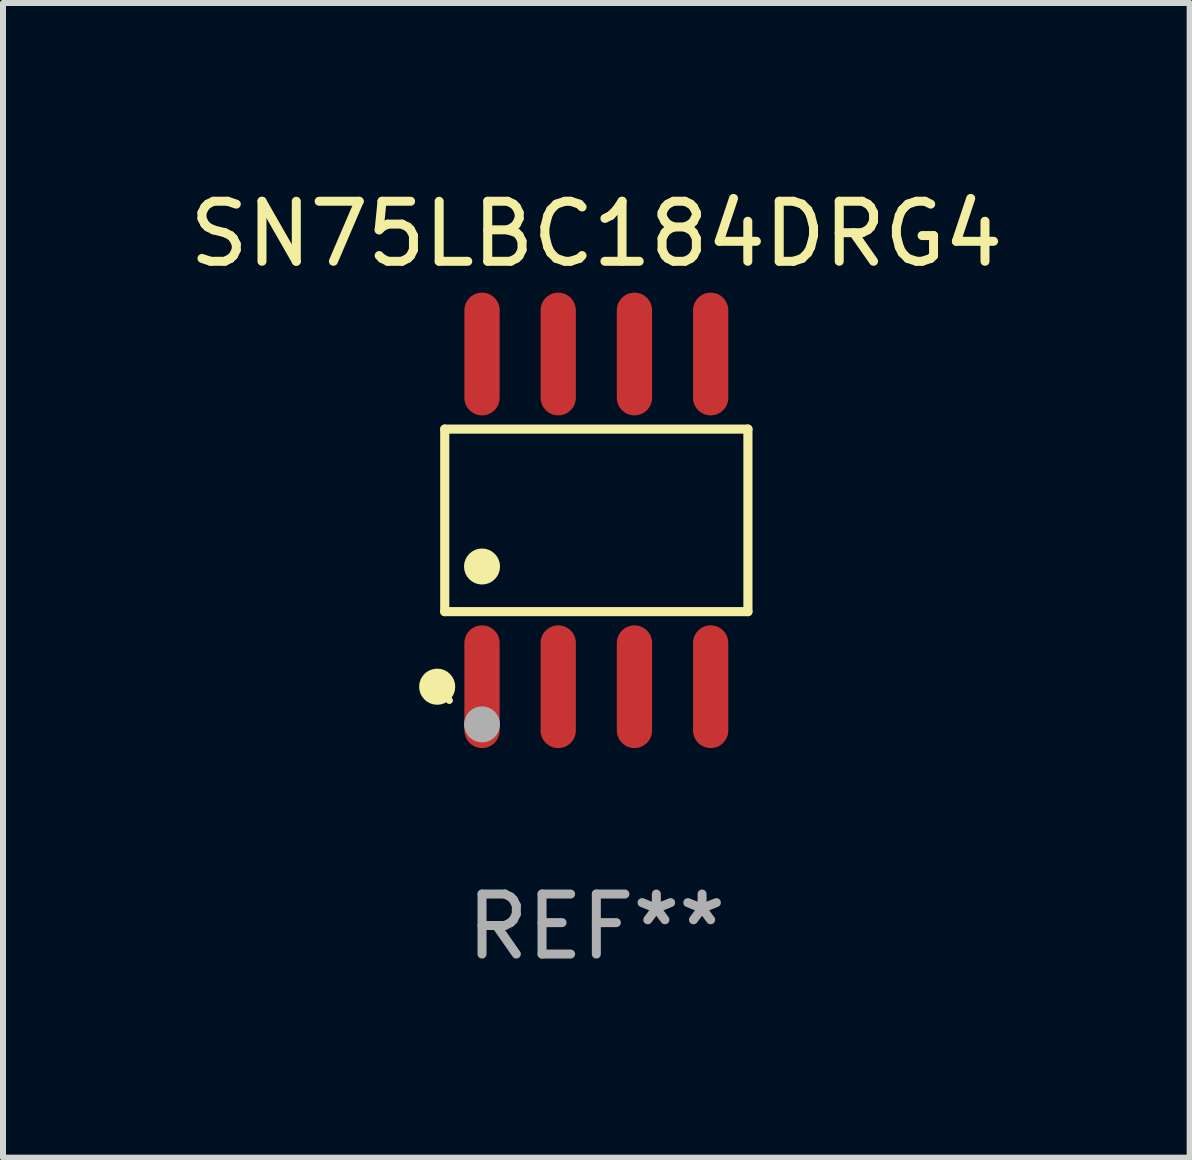
<source format=kicad_pcb>
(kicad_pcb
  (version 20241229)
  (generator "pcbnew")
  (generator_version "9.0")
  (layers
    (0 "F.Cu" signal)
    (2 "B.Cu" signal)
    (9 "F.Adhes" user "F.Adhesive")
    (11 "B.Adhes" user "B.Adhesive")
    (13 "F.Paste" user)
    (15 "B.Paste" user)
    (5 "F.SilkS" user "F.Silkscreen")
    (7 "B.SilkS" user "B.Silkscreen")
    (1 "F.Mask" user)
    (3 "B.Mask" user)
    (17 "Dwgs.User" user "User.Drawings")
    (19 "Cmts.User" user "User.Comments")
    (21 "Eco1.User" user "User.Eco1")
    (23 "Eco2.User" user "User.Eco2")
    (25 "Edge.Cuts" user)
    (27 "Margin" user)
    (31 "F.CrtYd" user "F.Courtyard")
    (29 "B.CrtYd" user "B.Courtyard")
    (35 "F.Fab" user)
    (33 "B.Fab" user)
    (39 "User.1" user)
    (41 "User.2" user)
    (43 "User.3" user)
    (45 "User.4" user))
  (footprint "SN75LBC184DRG4"
    (layer "F.Cu")
    (at 6.887 5.621)
    (property "Reference" "SN75LBC184DRG4" (at 0 -4.772 0) (layer "F.SilkS") (effects (font (size 1 1) (thickness 0.15))))
    (attr through_hole)
    (fp_line (start -2.526 -1.521) (end 2.526 -1.521) (stroke (width 0.152) (type solid)) (layer "F.SilkS"))
    (fp_line (start -2.526 1.521) (end -2.526 -1.521) (stroke (width 0.152) (type solid)) (layer "F.SilkS"))
    (fp_line (start 2.526 -1.521) (end 2.526 1.521) (stroke (width 0.152) (type solid)) (layer "F.SilkS"))
    (fp_line (start 2.526 1.521) (end -2.526 1.521) (stroke (width 0.152) (type solid)) (layer "F.SilkS"))
    (fp_circle (center -2.652 2.772) (end -2.501 2.772) (stroke (width 0.3) (type solid)) (fill no) (layer "F.SilkS"))
    (fp_circle (center -2.45 3) (end -2.42 3) (stroke (width 0.06) (type solid)) (fill no) (layer "F.SilkS"))
    (fp_circle (center -1.905 0.769) (end -1.755 0.769) (stroke (width 0.3) (type solid)) (fill no) (layer "F.SilkS"))
    (fp_circle (center -1.905 3.4) (end -1.755 3.4) (stroke (width 0.3) (type solid)) (fill no) (layer "F.Fab"))
    (fp_text user "REF**" (at 0 6.772 0) (layer "F.Fab") (effects (font (size 1 1) (thickness 0.15))))
    (pad "1" smd oval (at -1.905 2.772) (size 0.588 2.045) (layers "F.Cu" "F.Mask" "F.Paste"))
    (pad "2" smd oval (at -0.635 2.772) (size 0.588 2.045) (layers "F.Cu" "F.Mask" "F.Paste"))
    (pad "3" smd oval (at 0.635 2.772) (size 0.588 2.045) (layers "F.Cu" "F.Mask" "F.Paste"))
    (pad "4" smd oval (at 1.905 2.772) (size 0.588 2.045) (layers "F.Cu" "F.Mask" "F.Paste"))
    (pad "5" smd oval (at 1.905 -2.772) (size 0.588 2.045) (layers "F.Cu" "F.Mask" "F.Paste"))
    (pad "6" smd oval (at 0.635 -2.772) (size 0.588 2.045) (layers "F.Cu" "F.Mask" "F.Paste"))
    (pad "7" smd oval (at -0.635 -2.772) (size 0.588 2.045) (layers "F.Cu" "F.Mask" "F.Paste"))
    (pad "8" smd oval (at -1.905 -2.772) (size 0.588 2.045) (layers "F.Cu" "F.Mask" "F.Paste")))
  (gr_rect
    (start -3 -3)
    (end 16.774 16.241)
    (stroke (width 0.1) (type default))
    (fill no)
    (layer "Edge.Cuts")))
</source>
